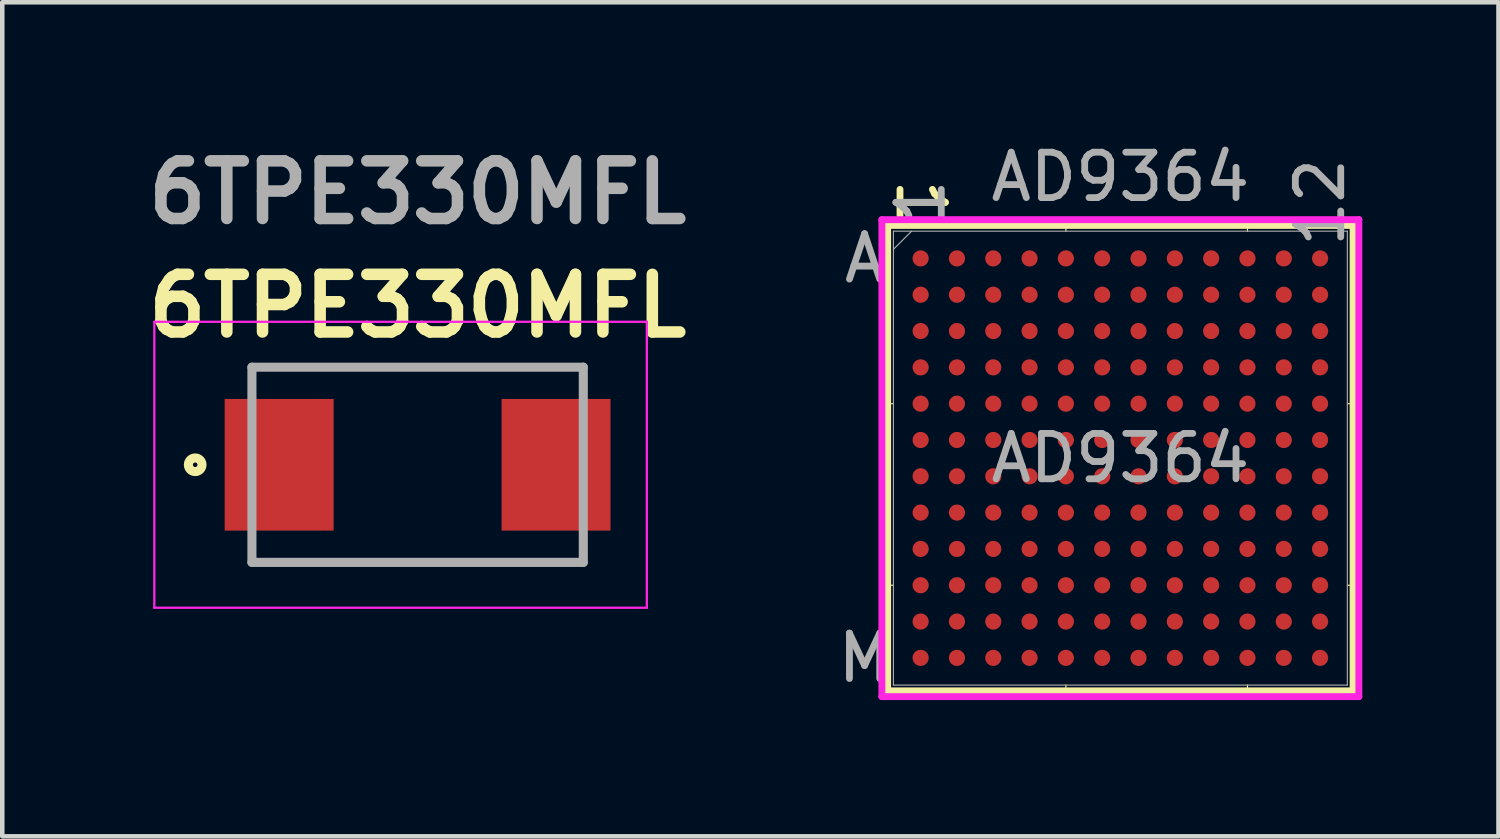
<source format=kicad_pcb>
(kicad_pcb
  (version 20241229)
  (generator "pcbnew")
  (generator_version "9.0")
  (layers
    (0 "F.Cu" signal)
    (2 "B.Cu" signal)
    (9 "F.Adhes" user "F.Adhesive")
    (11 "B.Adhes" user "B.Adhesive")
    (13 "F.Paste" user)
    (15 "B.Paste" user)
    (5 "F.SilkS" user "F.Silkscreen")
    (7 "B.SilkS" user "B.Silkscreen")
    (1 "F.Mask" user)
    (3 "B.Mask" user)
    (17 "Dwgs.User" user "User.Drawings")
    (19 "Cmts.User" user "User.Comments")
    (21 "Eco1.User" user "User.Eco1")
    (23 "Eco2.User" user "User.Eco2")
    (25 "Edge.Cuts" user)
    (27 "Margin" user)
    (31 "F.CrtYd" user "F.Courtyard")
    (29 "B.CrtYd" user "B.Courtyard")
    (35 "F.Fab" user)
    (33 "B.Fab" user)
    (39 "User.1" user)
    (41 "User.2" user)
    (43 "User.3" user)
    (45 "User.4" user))
  (footprint "6TPE330MFL"
    (layer "F.Cu")
    (at 6.15 7.189)
    (property "Reference" "6TPE330MFL" (at 0 -3.5 0) (layer "F.SilkS") (effects (font (size 1.27 1.27) (thickness 0.254))))
    (attr smd)
    (fp_line (start -3.65 -2.15) (end 3.65 -2.15) (stroke (width 0.1) (type solid)) (layer "F.SilkS"))
    (fp_line (start 3.65 2.15) (end -3.65 2.15) (stroke (width 0.1) (type solid)) (layer "F.SilkS"))
    (fp_circle (center -4.9 0) (end -4.9 0.05) (stroke (width 0.2) (type solid)) (fill no) (layer "F.SilkS"))
    (fp_line (start -5.8 -3.15) (end 5.05 -3.15) (stroke (width 0.05) (type solid)) (layer "F.CrtYd"))
    (fp_line (start -5.8 3.15) (end -5.8 -3.15) (stroke (width 0.05) (type solid)) (layer "F.CrtYd"))
    (fp_line (start 5.05 -3.15) (end 5.05 3.15) (stroke (width 0.05) (type solid)) (layer "F.CrtYd"))
    (fp_line (start 5.05 3.15) (end -5.8 3.15) (stroke (width 0.05) (type solid)) (layer "F.CrtYd"))
    (fp_line (start -3.65 -2.15) (end 3.65 -2.15) (stroke (width 0.2) (type solid)) (layer "F.Fab"))
    (fp_line (start -3.65 2.15) (end -3.65 -2.15) (stroke (width 0.2) (type solid)) (layer "F.Fab"))
    (fp_line (start 3.65 -2.15) (end 3.65 2.15) (stroke (width 0.2) (type solid)) (layer "F.Fab"))
    (fp_line (start 3.65 2.15) (end -3.65 2.15) (stroke (width 0.2) (type solid)) (layer "F.Fab"))
    (fp_text user "${REFERENCE}" (at 0 -6 0) (layer "F.Fab") (effects (font (size 1.27 1.27) (thickness 0.254))))
    (pad "1" smd rect (at -3.05 0) (size 2.4 2.9) (layers "F.Cu" "F.Mask" "F.Paste"))
    (pad "2" smd rect (at 3.05 0) (size 2.4 2.9) (layers "F.Cu" "F.Mask" "F.Paste")))
  (footprint "AD9364"
    (layer "F.Cu")
    (at 21.632 7.043)
    (property "Reference" "AD9364" (at 0 -6.195 0) (unlocked yes) (layer "F.Fab") (effects (font (size 1 1) (thickness 0.15))))
    (attr smd)
    (fp_line (start -5.127 -5.127) (end -5.127 5.127) (stroke (width 0.152) (type solid)) (layer "F.SilkS"))
    (fp_line (start -5.127 5.127) (end 5.127 5.127) (stroke (width 0.152) (type solid)) (layer "F.SilkS"))
    (fp_line (start -5 -1.2) (end -5.254 -1.2) (stroke (width 0.025) (type solid)) (layer "F.SilkS"))
    (fp_line (start -5 2.8) (end -5.254 2.8) (stroke (width 0.025) (type solid)) (layer "F.SilkS"))
    (fp_line (start -1.2 -5) (end -1.2 -5.254) (stroke (width 0.025) (type solid)) (layer "F.SilkS"))
    (fp_line (start -1.2 5) (end -1.2 5.254) (stroke (width 0.025) (type solid)) (layer "F.SilkS"))
    (fp_line (start 2.8 -5) (end 2.8 -5.254) (stroke (width 0.025) (type solid)) (layer "F.SilkS"))
    (fp_line (start 2.8 5) (end 2.8 5.254) (stroke (width 0.025) (type solid)) (layer "F.SilkS"))
    (fp_line (start 5 -1.2) (end 5.254 -1.2) (stroke (width 0.025) (type solid)) (layer "F.SilkS"))
    (fp_line (start 5 2.8) (end 5.254 2.8) (stroke (width 0.025) (type solid)) (layer "F.SilkS"))
    (fp_line (start 5.127 -5.127) (end -5.127 -5.127) (stroke (width 0.152) (type solid)) (layer "F.SilkS"))
    (fp_line (start 5.127 5.127) (end 5.127 -5.127) (stroke (width 0.152) (type solid)) (layer "F.SilkS"))
    (fp_poly (pts (xy -5.245 -5.245) (xy 5.245 -5.245) (xy 5.245 5.245) (xy -5.245 5.245)) (stroke (width 0.1) (type solid)) (fill no) (layer "Eco2.User"))
    (fp_line (start -5.254 -5.254) (end 5.254 -5.254) (stroke (width 0.152) (type solid)) (layer "F.CrtYd"))
    (fp_line (start -5.254 5.254) (end -5.254 -5.254) (stroke (width 0.152) (type solid)) (layer "F.CrtYd"))
    (fp_line (start 5.254 -5.254) (end 5.254 5.254) (stroke (width 0.152) (type solid)) (layer "F.CrtYd"))
    (fp_line (start 5.254 5.254) (end -5.254 5.254) (stroke (width 0.152) (type solid)) (layer "F.CrtYd"))
    (fp_line (start -5 -5) (end -5 5) (stroke (width 0.025) (type solid)) (layer "F.Fab"))
    (fp_line (start -5 5) (end 5 5) (stroke (width 0.025) (type solid)) (layer "F.Fab"))
    (fp_line (start -4.6 -5) (end -5 -4.6) (stroke (width 0.025) (type solid)) (layer "F.Fab"))
    (fp_line (start 5 -5) (end -5 -5) (stroke (width 0.025) (type solid)) (layer "F.Fab"))
    (fp_line (start 5 5) (end 5 -5) (stroke (width 0.025) (type solid)) (layer "F.Fab"))
    (fp_text user "1" (at -4.4 -5.635 270) (unlocked yes) (layer "F.SilkS") (effects (font (size 1 1) (thickness 0.15))))
    (fp_text user "1" (at -4.4 -5.635 90) (unlocked yes) (layer "F.Fab") (effects (font (size 1 1) (thickness 0.15))))
    (fp_text user "M" (at -5.635 4.4 0) (unlocked yes) (layer "F.Fab") (effects (font (size 1 1) (thickness 0.15))))
    (fp_text user "${REFERENCE}" (at 0 0 0) (unlocked yes) (layer "F.Fab") (effects (font (size 1 1) (thickness 0.15))))
    (fp_text user "A" (at -5.635 -4.4 0) (unlocked yes) (layer "F.Fab") (effects (font (size 1 1) (thickness 0.15))))
    (fp_text user "12" (at 4.4 -5.635 90) (unlocked yes) (layer "F.Fab") (effects (font (size 1 1) (thickness 0.15))))
    (pad "A1" smd circle (at -4.4 -4.4) (size 0.356 0.356) (layers "F.Cu" "F.Mask" "F.Paste"))
    (pad "A2" smd circle (at -3.6 -4.4) (size 0.356 0.356) (layers "F.Cu" "F.Mask" "F.Paste"))
    (pad "A3" smd circle (at -2.8 -4.4) (size 0.356 0.356) (layers "F.Cu" "F.Mask" "F.Paste"))
    (pad "A4" smd circle (at -2 -4.4) (size 0.356 0.356) (layers "F.Cu" "F.Mask" "F.Paste"))
    (pad "A5" smd circle (at -1.2 -4.4) (size 0.356 0.356) (layers "F.Cu" "F.Mask" "F.Paste"))
    (pad "A6" smd circle (at -0.4 -4.4) (size 0.356 0.356) (layers "F.Cu" "F.Mask" "F.Paste"))
    (pad "A7" smd circle (at 0.4 -4.4) (size 0.356 0.356) (layers "F.Cu" "F.Mask" "F.Paste"))
    (pad "A8" smd circle (at 1.2 -4.4) (size 0.356 0.356) (layers "F.Cu" "F.Mask" "F.Paste"))
    (pad "A9" smd circle (at 2 -4.4) (size 0.356 0.356) (layers "F.Cu" "F.Mask" "F.Paste"))
    (pad "A10" smd circle (at 2.8 -4.4) (size 0.356 0.356) (layers "F.Cu" "F.Mask" "F.Paste"))
    (pad "A11" smd circle (at 3.6 -4.4) (size 0.356 0.356) (layers "F.Cu" "F.Mask" "F.Paste"))
    (pad "A12" smd circle (at 4.4 -4.4) (size 0.356 0.356) (layers "F.Cu" "F.Mask" "F.Paste"))
    (pad "B1" smd circle (at -4.4 -3.6) (size 0.356 0.356) (layers "F.Cu" "F.Mask" "F.Paste"))
    (pad "B2" smd circle (at -3.6 -3.6) (size 0.356 0.356) (layers "F.Cu" "F.Mask" "F.Paste"))
    (pad "B3" smd circle (at -2.8 -3.6) (size 0.356 0.356) (layers "F.Cu" "F.Mask" "F.Paste"))
    (pad "B4" smd circle (at -2 -3.6) (size 0.356 0.356) (layers "F.Cu" "F.Mask" "F.Paste"))
    (pad "B5" smd circle (at -1.2 -3.6) (size 0.356 0.356) (layers "F.Cu" "F.Mask" "F.Paste"))
    (pad "B6" smd circle (at -0.4 -3.6) (size 0.356 0.356) (layers "F.Cu" "F.Mask" "F.Paste"))
    (pad "B7" smd circle (at 0.4 -3.6) (size 0.356 0.356) (layers "F.Cu" "F.Mask" "F.Paste"))
    (pad "B8" smd circle (at 1.2 -3.6) (size 0.356 0.356) (layers "F.Cu" "F.Mask" "F.Paste"))
    (pad "B9" smd circle (at 2 -3.6) (size 0.356 0.356) (layers "F.Cu" "F.Mask" "F.Paste"))
    (pad "B10" smd circle (at 2.8 -3.6) (size 0.356 0.356) (layers "F.Cu" "F.Mask" "F.Paste"))
    (pad "B11" smd circle (at 3.6 -3.6) (size 0.356 0.356) (layers "F.Cu" "F.Mask" "F.Paste"))
    (pad "B12" smd circle (at 4.4 -3.6) (size 0.356 0.356) (layers "F.Cu" "F.Mask" "F.Paste"))
    (pad "C1" smd circle (at -4.4 -2.8) (size 0.356 0.356) (layers "F.Cu" "F.Mask" "F.Paste"))
    (pad "C2" smd circle (at -3.6 -2.8) (size 0.356 0.356) (layers "F.Cu" "F.Mask" "F.Paste"))
    (pad "C3" smd circle (at -2.8 -2.8) (size 0.356 0.356) (layers "F.Cu" "F.Mask" "F.Paste"))
    (pad "C4" smd circle (at -2 -2.8) (size 0.356 0.356) (layers "F.Cu" "F.Mask" "F.Paste"))
    (pad "C5" smd circle (at -1.2 -2.8) (size 0.356 0.356) (layers "F.Cu" "F.Mask" "F.Paste"))
    (pad "C6" smd circle (at -0.4 -2.8) (size 0.356 0.356) (layers "F.Cu" "F.Mask" "F.Paste"))
    (pad "C7" smd circle (at 0.4 -2.8) (size 0.356 0.356) (layers "F.Cu" "F.Mask" "F.Paste"))
    (pad "C8" smd circle (at 1.2 -2.8) (size 0.356 0.356) (layers "F.Cu" "F.Mask" "F.Paste"))
    (pad "C9" smd circle (at 2 -2.8) (size 0.356 0.356) (layers "F.Cu" "F.Mask" "F.Paste"))
    (pad "C10" smd circle (at 2.8 -2.8) (size 0.356 0.356) (layers "F.Cu" "F.Mask" "F.Paste"))
    (pad "C11" smd circle (at 3.6 -2.8) (size 0.356 0.356) (layers "F.Cu" "F.Mask" "F.Paste"))
    (pad "C12" smd circle (at 4.4 -2.8) (size 0.356 0.356) (layers "F.Cu" "F.Mask" "F.Paste"))
    (pad "D1" smd circle (at -4.4 -2) (size 0.356 0.356) (layers "F.Cu" "F.Mask" "F.Paste"))
    (pad "D2" smd circle (at -3.6 -2) (size 0.356 0.356) (layers "F.Cu" "F.Mask" "F.Paste"))
    (pad "D3" smd circle (at -2.8 -2) (size 0.356 0.356) (layers "F.Cu" "F.Mask" "F.Paste"))
    (pad "D4" smd circle (at -2 -2) (size 0.356 0.356) (layers "F.Cu" "F.Mask" "F.Paste"))
    (pad "D5" smd circle (at -1.2 -2) (size 0.356 0.356) (layers "F.Cu" "F.Mask" "F.Paste"))
    (pad "D6" smd circle (at -0.4 -2) (size 0.356 0.356) (layers "F.Cu" "F.Mask" "F.Paste"))
    (pad "D7" smd circle (at 0.4 -2) (size 0.356 0.356) (layers "F.Cu" "F.Mask" "F.Paste"))
    (pad "D8" smd circle (at 1.2 -2) (size 0.356 0.356) (layers "F.Cu" "F.Mask" "F.Paste"))
    (pad "D9" smd circle (at 2 -2) (size 0.356 0.356) (layers "F.Cu" "F.Mask" "F.Paste"))
    (pad "D10" smd circle (at 2.8 -2) (size 0.356 0.356) (layers "F.Cu" "F.Mask" "F.Paste"))
    (pad "D11" smd circle (at 3.6 -2) (size 0.356 0.356) (layers "F.Cu" "F.Mask" "F.Paste"))
    (pad "D12" smd circle (at 4.4 -2) (size 0.356 0.356) (layers "F.Cu" "F.Mask" "F.Paste"))
    (pad "E1" smd circle (at -4.4 -1.2) (size 0.356 0.356) (layers "F.Cu" "F.Mask" "F.Paste"))
    (pad "E2" smd circle (at -3.6 -1.2) (size 0.356 0.356) (layers "F.Cu" "F.Mask" "F.Paste"))
    (pad "E3" smd circle (at -2.8 -1.2) (size 0.356 0.356) (layers "F.Cu" "F.Mask" "F.Paste"))
    (pad "E4" smd circle (at -2 -1.2) (size 0.356 0.356) (layers "F.Cu" "F.Mask" "F.Paste"))
    (pad "E5" smd circle (at -1.2 -1.2) (size 0.356 0.356) (layers "F.Cu" "F.Mask" "F.Paste"))
    (pad "E6" smd circle (at -0.4 -1.2) (size 0.356 0.356) (layers "F.Cu" "F.Mask" "F.Paste"))
    (pad "E7" smd circle (at 0.4 -1.2) (size 0.356 0.356) (layers "F.Cu" "F.Mask" "F.Paste"))
    (pad "E8" smd circle (at 1.2 -1.2) (size 0.356 0.356) (layers "F.Cu" "F.Mask" "F.Paste"))
    (pad "E9" smd circle (at 2 -1.2) (size 0.356 0.356) (layers "F.Cu" "F.Mask" "F.Paste"))
    (pad "E10" smd circle (at 2.8 -1.2) (size 0.356 0.356) (layers "F.Cu" "F.Mask" "F.Paste"))
    (pad "E11" smd circle (at 3.6 -1.2) (size 0.356 0.356) (layers "F.Cu" "F.Mask" "F.Paste"))
    (pad "E12" smd circle (at 4.4 -1.2) (size 0.356 0.356) (layers "F.Cu" "F.Mask" "F.Paste"))
    (pad "F1" smd circle (at -4.4 -0.4) (size 0.356 0.356) (layers "F.Cu" "F.Mask" "F.Paste"))
    (pad "F2" smd circle (at -3.6 -0.4) (size 0.356 0.356) (layers "F.Cu" "F.Mask" "F.Paste"))
    (pad "F3" smd circle (at -2.8 -0.4) (size 0.356 0.356) (layers "F.Cu" "F.Mask" "F.Paste"))
    (pad "F4" smd circle (at -2 -0.4) (size 0.356 0.356) (layers "F.Cu" "F.Mask" "F.Paste"))
    (pad "F5" smd circle (at -1.2 -0.4) (size 0.356 0.356) (layers "F.Cu" "F.Mask" "F.Paste"))
    (pad "F6" smd circle (at -0.4 -0.4) (size 0.356 0.356) (layers "F.Cu" "F.Mask" "F.Paste"))
    (pad "F7" smd circle (at 0.4 -0.4) (size 0.356 0.356) (layers "F.Cu" "F.Mask" "F.Paste"))
    (pad "F8" smd circle (at 1.2 -0.4) (size 0.356 0.356) (layers "F.Cu" "F.Mask" "F.Paste"))
    (pad "F9" smd circle (at 2 -0.4) (size 0.356 0.356) (layers "F.Cu" "F.Mask" "F.Paste"))
    (pad "F10" smd circle (at 2.8 -0.4) (size 0.356 0.356) (layers "F.Cu" "F.Mask" "F.Paste"))
    (pad "F11" smd circle (at 3.6 -0.4) (size 0.356 0.356) (layers "F.Cu" "F.Mask" "F.Paste"))
    (pad "F12" smd circle (at 4.4 -0.4) (size 0.356 0.356) (layers "F.Cu" "F.Mask" "F.Paste"))
    (pad "G1" smd circle (at -4.4 0.4) (size 0.356 0.356) (layers "F.Cu" "F.Mask" "F.Paste"))
    (pad "G2" smd circle (at -3.6 0.4) (size 0.356 0.356) (layers "F.Cu" "F.Mask" "F.Paste"))
    (pad "G3" smd circle (at -2.8 0.4) (size 0.356 0.356) (layers "F.Cu" "F.Mask" "F.Paste"))
    (pad "G4" smd circle (at -2 0.4) (size 0.356 0.356) (layers "F.Cu" "F.Mask" "F.Paste"))
    (pad "G5" smd circle (at -1.2 0.4) (size 0.356 0.356) (layers "F.Cu" "F.Mask" "F.Paste"))
    (pad "G6" smd circle (at -0.4 0.4) (size 0.356 0.356) (layers "F.Cu" "F.Mask" "F.Paste"))
    (pad "G7" smd circle (at 0.4 0.4) (size 0.356 0.356) (layers "F.Cu" "F.Mask" "F.Paste"))
    (pad "G8" smd circle (at 1.2 0.4) (size 0.356 0.356) (layers "F.Cu" "F.Mask" "F.Paste"))
    (pad "G9" smd circle (at 2 0.4) (size 0.356 0.356) (layers "F.Cu" "F.Mask" "F.Paste"))
    (pad "G10" smd circle (at 2.8 0.4) (size 0.356 0.356) (layers "F.Cu" "F.Mask" "F.Paste"))
    (pad "G11" smd circle (at 3.6 0.4) (size 0.356 0.356) (layers "F.Cu" "F.Mask" "F.Paste"))
    (pad "G12" smd circle (at 4.4 0.4) (size 0.356 0.356) (layers "F.Cu" "F.Mask" "F.Paste"))
    (pad "H1" smd circle (at -4.4 1.2) (size 0.356 0.356) (layers "F.Cu" "F.Mask" "F.Paste"))
    (pad "H2" smd circle (at -3.6 1.2) (size 0.356 0.356) (layers "F.Cu" "F.Mask" "F.Paste"))
    (pad "H3" smd circle (at -2.8 1.2) (size 0.356 0.356) (layers "F.Cu" "F.Mask" "F.Paste"))
    (pad "H4" smd circle (at -2 1.2) (size 0.356 0.356) (layers "F.Cu" "F.Mask" "F.Paste"))
    (pad "H5" smd circle (at -1.2 1.2) (size 0.356 0.356) (layers "F.Cu" "F.Mask" "F.Paste"))
    (pad "H6" smd circle (at -0.4 1.2) (size 0.356 0.356) (layers "F.Cu" "F.Mask" "F.Paste"))
    (pad "H7" smd circle (at 0.4 1.2) (size 0.356 0.356) (layers "F.Cu" "F.Mask" "F.Paste"))
    (pad "H8" smd circle (at 1.2 1.2) (size 0.356 0.356) (layers "F.Cu" "F.Mask" "F.Paste"))
    (pad "H9" smd circle (at 2 1.2) (size 0.356 0.356) (layers "F.Cu" "F.Mask" "F.Paste"))
    (pad "H10" smd circle (at 2.8 1.2) (size 0.356 0.356) (layers "F.Cu" "F.Mask" "F.Paste"))
    (pad "H11" smd circle (at 3.6 1.2) (size 0.356 0.356) (layers "F.Cu" "F.Mask" "F.Paste"))
    (pad "H12" smd circle (at 4.4 1.2) (size 0.356 0.356) (layers "F.Cu" "F.Mask" "F.Paste"))
    (pad "J1" smd circle (at -4.4 2) (size 0.356 0.356) (layers "F.Cu" "F.Mask" "F.Paste"))
    (pad "J2" smd circle (at -3.6 2) (size 0.356 0.356) (layers "F.Cu" "F.Mask" "F.Paste"))
    (pad "J3" smd circle (at -2.8 2) (size 0.356 0.356) (layers "F.Cu" "F.Mask" "F.Paste"))
    (pad "J4" smd circle (at -2 2) (size 0.356 0.356) (layers "F.Cu" "F.Mask" "F.Paste"))
    (pad "J5" smd circle (at -1.2 2) (size 0.356 0.356) (layers "F.Cu" "F.Mask" "F.Paste"))
    (pad "J6" smd circle (at -0.4 2) (size 0.356 0.356) (layers "F.Cu" "F.Mask" "F.Paste"))
    (pad "J7" smd circle (at 0.4 2) (size 0.356 0.356) (layers "F.Cu" "F.Mask" "F.Paste"))
    (pad "J8" smd circle (at 1.2 2) (size 0.356 0.356) (layers "F.Cu" "F.Mask" "F.Paste"))
    (pad "J9" smd circle (at 2 2) (size 0.356 0.356) (layers "F.Cu" "F.Mask" "F.Paste"))
    (pad "J10" smd circle (at 2.8 2) (size 0.356 0.356) (layers "F.Cu" "F.Mask" "F.Paste"))
    (pad "J11" smd circle (at 3.6 2) (size 0.356 0.356) (layers "F.Cu" "F.Mask" "F.Paste"))
    (pad "J12" smd circle (at 4.4 2) (size 0.356 0.356) (layers "F.Cu" "F.Mask" "F.Paste"))
    (pad "K1" smd circle (at -4.4 2.8) (size 0.356 0.356) (layers "F.Cu" "F.Mask" "F.Paste"))
    (pad "K2" smd circle (at -3.6 2.8) (size 0.356 0.356) (layers "F.Cu" "F.Mask" "F.Paste"))
    (pad "K3" smd circle (at -2.8 2.8) (size 0.356 0.356) (layers "F.Cu" "F.Mask" "F.Paste"))
    (pad "K4" smd circle (at -2 2.8) (size 0.356 0.356) (layers "F.Cu" "F.Mask" "F.Paste"))
    (pad "K5" smd circle (at -1.2 2.8) (size 0.356 0.356) (layers "F.Cu" "F.Mask" "F.Paste"))
    (pad "K6" smd circle (at -0.4 2.8) (size 0.356 0.356) (layers "F.Cu" "F.Mask" "F.Paste"))
    (pad "K7" smd circle (at 0.4 2.8) (size 0.356 0.356) (layers "F.Cu" "F.Mask" "F.Paste"))
    (pad "K8" smd circle (at 1.2 2.8) (size 0.356 0.356) (layers "F.Cu" "F.Mask" "F.Paste"))
    (pad "K9" smd circle (at 2 2.8) (size 0.356 0.356) (layers "F.Cu" "F.Mask" "F.Paste"))
    (pad "K10" smd circle (at 2.8 2.8) (size 0.356 0.356) (layers "F.Cu" "F.Mask" "F.Paste"))
    (pad "K11" smd circle (at 3.6 2.8) (size 0.356 0.356) (layers "F.Cu" "F.Mask" "F.Paste"))
    (pad "K12" smd circle (at 4.4 2.8) (size 0.356 0.356) (layers "F.Cu" "F.Mask" "F.Paste"))
    (pad "L1" smd circle (at -4.4 3.6) (size 0.356 0.356) (layers "F.Cu" "F.Mask" "F.Paste"))
    (pad "L2" smd circle (at -3.6 3.6) (size 0.356 0.356) (layers "F.Cu" "F.Mask" "F.Paste"))
    (pad "L3" smd circle (at -2.8 3.6) (size 0.356 0.356) (layers "F.Cu" "F.Mask" "F.Paste"))
    (pad "L4" smd circle (at -2 3.6) (size 0.356 0.356) (layers "F.Cu" "F.Mask" "F.Paste"))
    (pad "L5" smd circle (at -1.2 3.6) (size 0.356 0.356) (layers "F.Cu" "F.Mask" "F.Paste"))
    (pad "L6" smd circle (at -0.4 3.6) (size 0.356 0.356) (layers "F.Cu" "F.Mask" "F.Paste"))
    (pad "L7" smd circle (at 0.4 3.6) (size 0.356 0.356) (layers "F.Cu" "F.Mask" "F.Paste"))
    (pad "L8" smd circle (at 1.2 3.6) (size 0.356 0.356) (layers "F.Cu" "F.Mask" "F.Paste"))
    (pad "L9" smd circle (at 2 3.6) (size 0.356 0.356) (layers "F.Cu" "F.Mask" "F.Paste"))
    (pad "L10" smd circle (at 2.8 3.6) (size 0.356 0.356) (layers "F.Cu" "F.Mask" "F.Paste"))
    (pad "L11" smd circle (at 3.6 3.6) (size 0.356 0.356) (layers "F.Cu" "F.Mask" "F.Paste"))
    (pad "L12" smd circle (at 4.4 3.6) (size 0.356 0.356) (layers "F.Cu" "F.Mask" "F.Paste"))
    (pad "M1" smd circle (at -4.4 4.4) (size 0.356 0.356) (layers "F.Cu" "F.Mask" "F.Paste"))
    (pad "M2" smd circle (at -3.6 4.4) (size 0.356 0.356) (layers "F.Cu" "F.Mask" "F.Paste"))
    (pad "M3" smd circle (at -2.8 4.4) (size 0.356 0.356) (layers "F.Cu" "F.Mask" "F.Paste"))
    (pad "M4" smd circle (at -2 4.4) (size 0.356 0.356) (layers "F.Cu" "F.Mask" "F.Paste"))
    (pad "M5" smd circle (at -1.2 4.4) (size 0.356 0.356) (layers "F.Cu" "F.Mask" "F.Paste"))
    (pad "M6" smd circle (at -0.4 4.4) (size 0.356 0.356) (layers "F.Cu" "F.Mask" "F.Paste"))
    (pad "M7" smd circle (at 0.4 4.4) (size 0.356 0.356) (layers "F.Cu" "F.Mask" "F.Paste"))
    (pad "M8" smd circle (at 1.2 4.4) (size 0.356 0.356) (layers "F.Cu" "F.Mask" "F.Paste"))
    (pad "M9" smd circle (at 2 4.4) (size 0.356 0.356) (layers "F.Cu" "F.Mask" "F.Paste"))
    (pad "M10" smd circle (at 2.8 4.4) (size 0.356 0.356) (layers "F.Cu" "F.Mask" "F.Paste"))
    (pad "M11" smd circle (at 3.6 4.4) (size 0.356 0.356) (layers "F.Cu" "F.Mask" "F.Paste"))
    (pad "M12" smd circle (at 4.4 4.4) (size 0.356 0.356) (layers "F.Cu" "F.Mask" "F.Paste")))
  (gr_rect
    (start -3 -3)
    (end 29.962 15.374)
    (stroke (width 0.1) (type default))
    (fill no)
    (layer "Edge.Cuts")))
</source>
